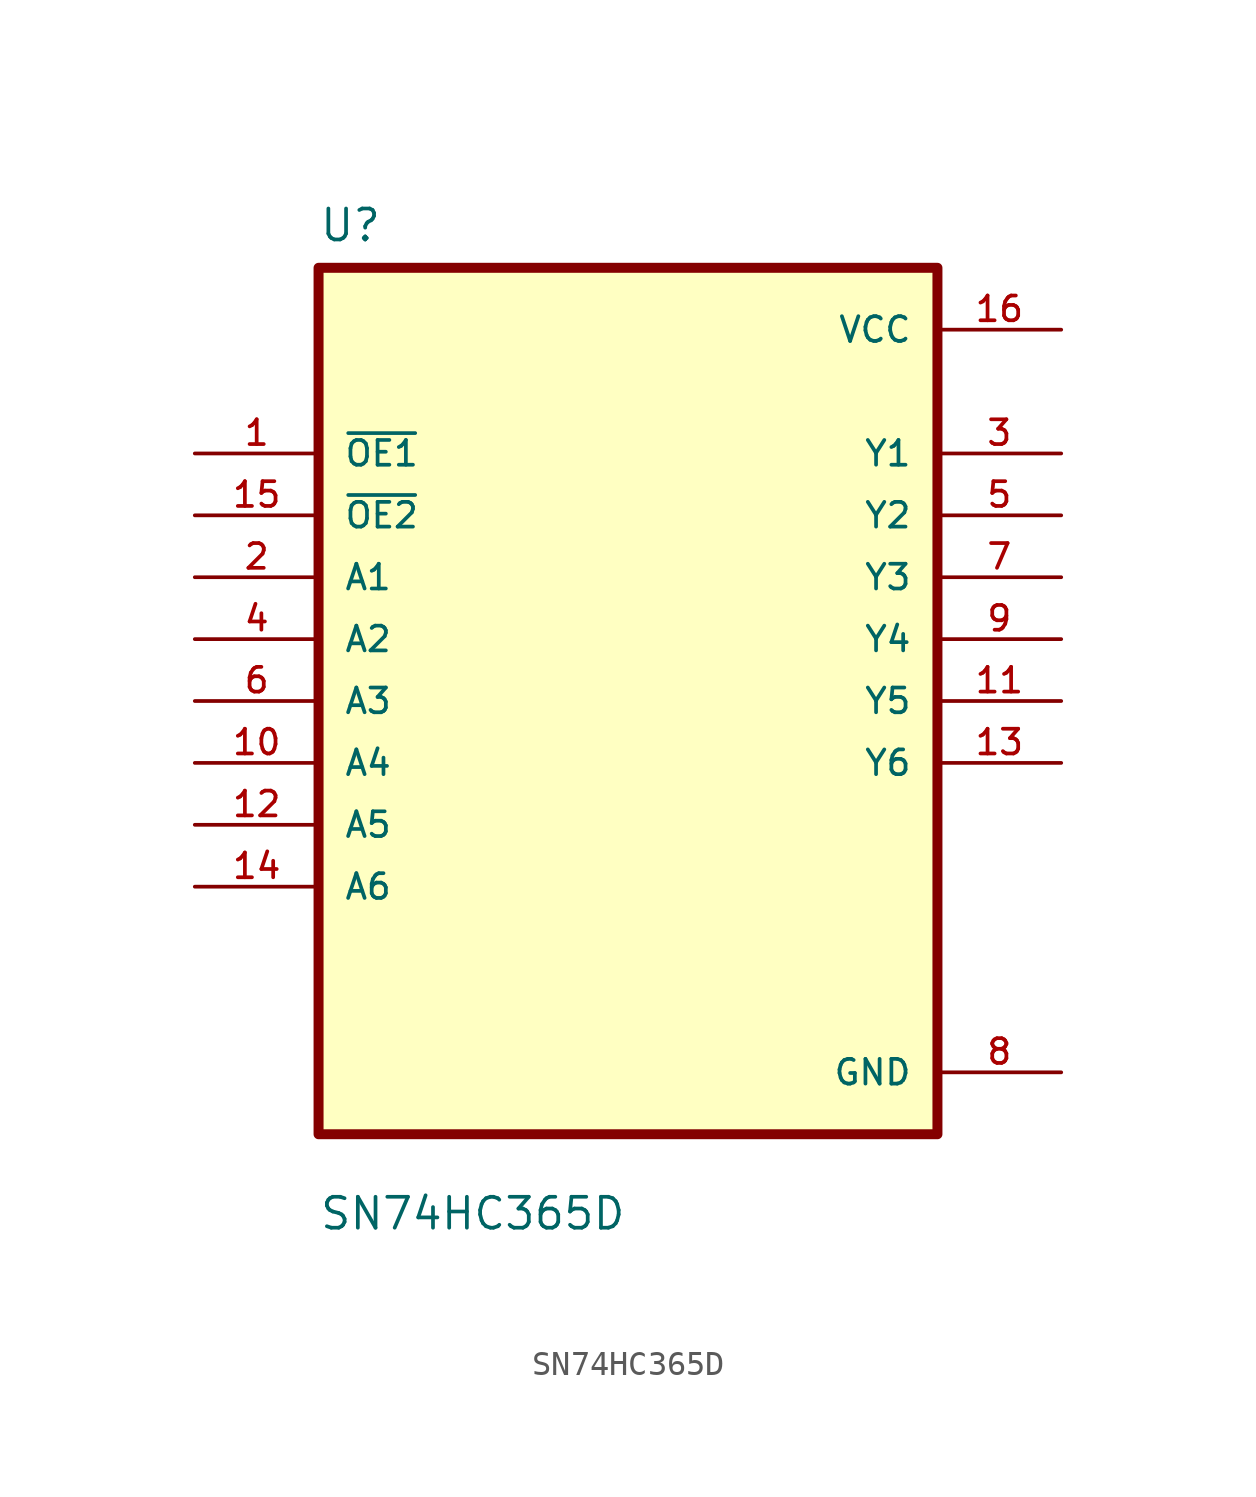
<source format=kicad_sym>
(kicad_symbol_lib
  (version 20211014)
  (generator kicad_symbol_editor)
  (symbol "SN74HC365D"
    (pin_names
      (offset 1.016))
    (property "Reference" "U"
      (at -12.7 18.78 0.0)
      (effects (font (size 1.27 1.27)) (justify bottom left)))
    (property "Value" "SN74HC365D"
      (at -12.7 -21.78 0.0)
      (effects (font (size 1.27 1.27)) (justify bottom left)))
    (symbol "SN74HC365D_0_0"
      (rectangle (start -12.7 -17.78) (end 12.7 17.78) (stroke (width 0.41)) (fill (type background)))
      (pin input line (at -17.78 10.16 0) (length 5.08) (name "~{OE1}" (effects (font (size 1.016 1.016)))) (number "1" (effects (font (size 1.016 1.016)))))
      (pin input line (at -17.78 7.62 0) (length 5.08) (name "~{OE2}" (effects (font (size 1.016 1.016)))) (number "15" (effects (font (size 1.016 1.016)))))
      (pin input line (at -17.78 5.08 0) (length 5.08) (name "A1" (effects (font (size 1.016 1.016)))) (number "2" (effects (font (size 1.016 1.016)))))
      (pin input line (at -17.78 2.54 0) (length 5.08) (name "A2" (effects (font (size 1.016 1.016)))) (number "4" (effects (font (size 1.016 1.016)))))
      (pin input line (at -17.78 0.0 0) (length 5.08) (name "A3" (effects (font (size 1.016 1.016)))) (number "6" (effects (font (size 1.016 1.016)))))
      (pin input line (at -17.78 -2.54 0) (length 5.08) (name "A4" (effects (font (size 1.016 1.016)))) (number "10" (effects (font (size 1.016 1.016)))))
      (pin input line (at -17.78 -5.08 0) (length 5.08) (name "A5" (effects (font (size 1.016 1.016)))) (number "12" (effects (font (size 1.016 1.016)))))
      (pin input line (at -17.78 -7.62 0) (length 5.08) (name "A6" (effects (font (size 1.016 1.016)))) (number "14" (effects (font (size 1.016 1.016)))))
      (pin power_in line (at 17.78 15.24 180.0) (length 5.08) (name "VCC" (effects (font (size 1.016 1.016)))) (number "16" (effects (font (size 1.016 1.016)))))
      (pin output line (at 17.78 10.16 180.0) (length 5.08) (name "Y1" (effects (font (size 1.016 1.016)))) (number "3" (effects (font (size 1.016 1.016)))))
      (pin output line (at 17.78 7.62 180.0) (length 5.08) (name "Y2" (effects (font (size 1.016 1.016)))) (number "5" (effects (font (size 1.016 1.016)))))
      (pin output line (at 17.78 5.08 180.0) (length 5.08) (name "Y3" (effects (font (size 1.016 1.016)))) (number "7" (effects (font (size 1.016 1.016)))))
      (pin output line (at 17.78 2.54 180.0) (length 5.08) (name "Y4" (effects (font (size 1.016 1.016)))) (number "9" (effects (font (size 1.016 1.016)))))
      (pin output line (at 17.78 1.77636e-15 180.0) (length 5.08) (name "Y5" (effects (font (size 1.016 1.016)))) (number "11" (effects (font (size 1.016 1.016)))))
      (pin output line (at 17.78 -2.54 180.0) (length 5.08) (name "Y6" (effects (font (size 1.016 1.016)))) (number "13" (effects (font (size 1.016 1.016)))))
      (pin power_in line (at 17.78 -15.24 180.0) (length 5.08) (name "GND" (effects (font (size 1.016 1.016)))) (number "8" (effects (font (size 1.016 1.016))))))))
</source>
